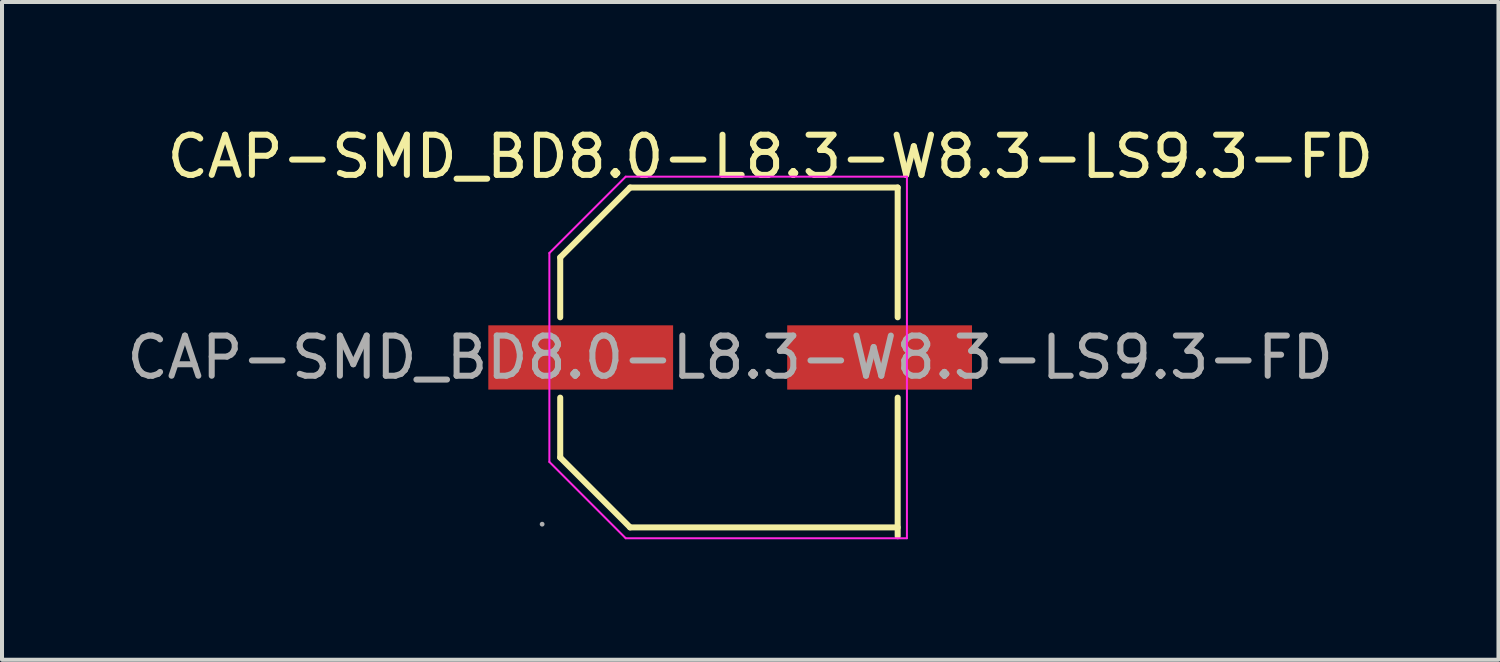
<source format=kicad_pcb>
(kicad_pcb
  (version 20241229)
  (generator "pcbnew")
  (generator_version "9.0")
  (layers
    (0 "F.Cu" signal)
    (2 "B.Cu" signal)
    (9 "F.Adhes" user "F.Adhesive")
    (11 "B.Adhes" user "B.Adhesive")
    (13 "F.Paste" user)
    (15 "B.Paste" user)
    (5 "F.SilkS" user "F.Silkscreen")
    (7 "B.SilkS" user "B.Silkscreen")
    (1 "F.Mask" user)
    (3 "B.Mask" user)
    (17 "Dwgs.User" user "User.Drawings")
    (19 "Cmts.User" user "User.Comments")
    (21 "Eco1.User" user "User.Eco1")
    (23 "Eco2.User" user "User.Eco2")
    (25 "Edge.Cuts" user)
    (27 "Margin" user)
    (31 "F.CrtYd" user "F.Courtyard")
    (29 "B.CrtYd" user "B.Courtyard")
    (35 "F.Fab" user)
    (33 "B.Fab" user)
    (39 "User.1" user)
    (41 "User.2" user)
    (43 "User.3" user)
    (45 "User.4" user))
  (footprint "CAP-SMD_BD8.0-L8.3-W8.3-LS9.3-FD"
    (layer "F.Cu")
    (at 15.125 5.848)
    (property "Reference" "CAP-SMD_BD8.0-L8.3-W8.3-LS9.3-FD" (at 1 -5 0) (layer "F.SilkS") (effects (font (size 1 1) (thickness 0.15))))
    (attr smd)
    (fp_line (start -4.23 -2.49) (end -4.23 -1) (stroke (width 0.15) (type solid)) (layer "F.SilkS"))
    (fp_line (start -4.23 2.49) (end -4.23 1) (stroke (width 0.15) (type solid)) (layer "F.SilkS"))
    (fp_line (start -2.49 -4.23) (end -4.23 -2.49) (stroke (width 0.15) (type solid)) (layer "F.SilkS"))
    (fp_line (start -2.49 4.23) (end -4.23 2.49) (stroke (width 0.15) (type solid)) (layer "F.SilkS"))
    (fp_line (start 4.17 -4.23) (end -2.49 -4.23) (stroke (width 0.15) (type solid)) (layer "F.SilkS"))
    (fp_line (start 4.17 -1) (end 4.17 -4.23) (stroke (width 0.15) (type solid)) (layer "F.SilkS"))
    (fp_line (start 4.17 1) (end 4.17 4.45) (stroke (width 0.15) (type solid)) (layer "F.SilkS"))
    (fp_line (start 4.17 4.23) (end -2.49 4.23) (stroke (width 0.15) (type solid)) (layer "F.SilkS"))
    (fp_line (start -4.5 -2.6) (end -4.5 2.6) (stroke (width 0.05) (type solid)) (layer "F.CrtYd"))
    (fp_line (start -4.5 2.6) (end -2.6 4.5) (stroke (width 0.05) (type solid)) (layer "F.CrtYd"))
    (fp_line (start -2.6 -4.5) (end -4.5 -2.6) (stroke (width 0.05) (type solid)) (layer "F.CrtYd"))
    (fp_line (start -2.6 4.5) (end 4.4 4.5) (stroke (width 0.05) (type solid)) (layer "F.CrtYd"))
    (fp_line (start 4.4 -4.5) (end -2.6 -4.5) (stroke (width 0.05) (type solid)) (layer "F.CrtYd"))
    (fp_line (start 4.4 4.5) (end 4.4 -4.5) (stroke (width 0.05) (type solid)) (layer "F.CrtYd"))
    (fp_circle (center -4.68 4.15) (end -4.65 4.15) (stroke (width 0.06) (type solid)) (fill no) (layer "F.Fab"))
    (fp_text user "${REFERENCE}" (at 0 0 0) (layer "F.Fab") (effects (font (size 1 1) (thickness 0.15))))
    (pad "1" smd rect (at -3.72 0) (size 4.6 1.6) (layers "F.Cu" "F.Mask" "F.Paste"))
    (pad "2" smd rect (at 3.72 0) (size 4.6 1.6) (layers "F.Cu" "F.Mask" "F.Paste")))
  (gr_rect
    (start -3 -3)
    (end 34.25 13.373)
    (stroke (width 0.1) (type default))
    (fill no)
    (layer "Edge.Cuts")))
</source>
